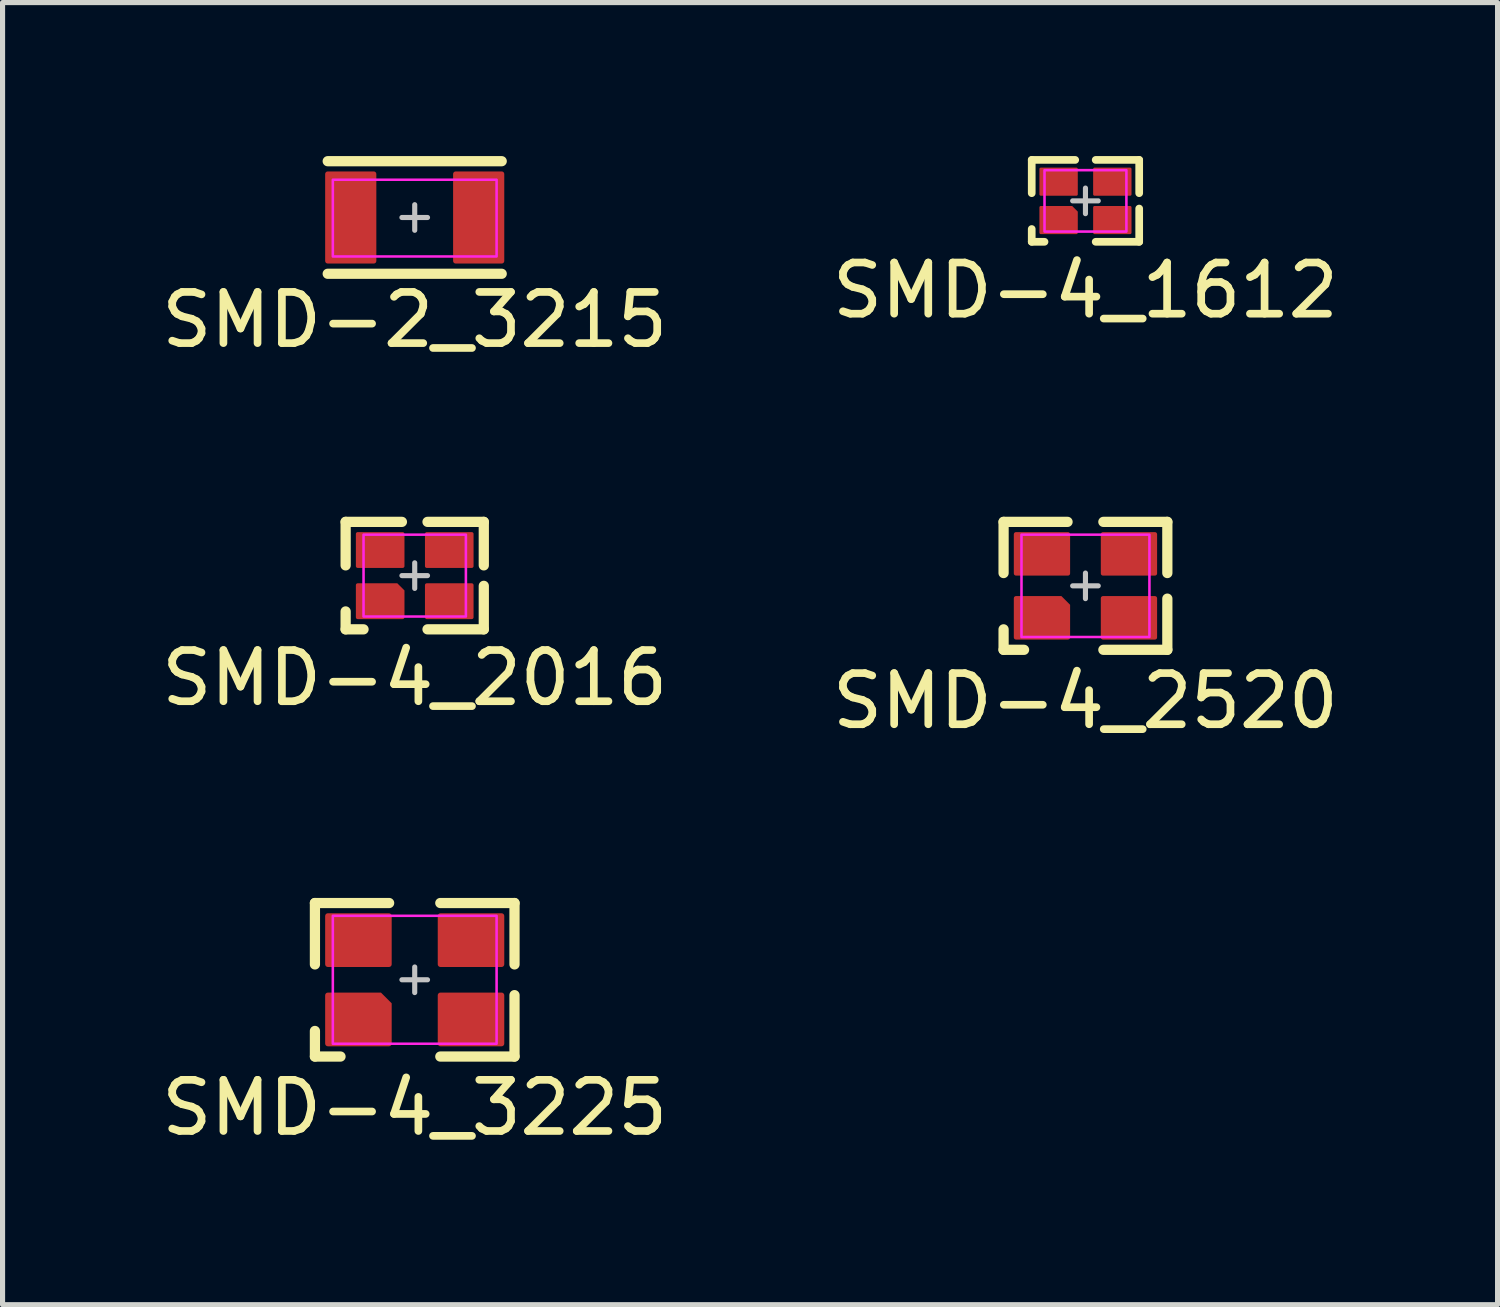
<source format=kicad_pcb>
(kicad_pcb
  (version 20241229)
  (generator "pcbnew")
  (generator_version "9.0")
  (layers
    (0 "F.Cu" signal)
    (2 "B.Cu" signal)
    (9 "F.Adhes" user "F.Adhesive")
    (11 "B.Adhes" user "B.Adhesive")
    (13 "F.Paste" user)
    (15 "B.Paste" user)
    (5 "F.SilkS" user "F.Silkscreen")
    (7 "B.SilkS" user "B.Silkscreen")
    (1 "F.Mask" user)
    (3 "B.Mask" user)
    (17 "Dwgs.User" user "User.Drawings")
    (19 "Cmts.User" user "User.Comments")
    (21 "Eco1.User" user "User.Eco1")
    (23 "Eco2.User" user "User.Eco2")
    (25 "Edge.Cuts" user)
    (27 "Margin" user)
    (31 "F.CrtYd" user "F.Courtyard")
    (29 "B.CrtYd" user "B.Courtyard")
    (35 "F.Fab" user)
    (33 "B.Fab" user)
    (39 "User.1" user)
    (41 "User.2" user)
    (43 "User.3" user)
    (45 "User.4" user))
  (footprint "SMD-4_3225"
    (layer "F.Cu")
    (at 5.054 16.096)
    (property "Reference" "SMD-4_3225" (at 0 2.5 0) (unlocked yes) (layer "F.SilkS") (effects (font (size 1 1) (thickness 0.15))))
    (attr smd)
    (fp_line (start -1.95 -1.5) (end -0.5 -1.5) (stroke (width 0.2) (type solid)) (layer "F.SilkS"))
    (fp_line (start -1.95 -0.3) (end -1.95 -1.5) (stroke (width 0.2) (type solid)) (layer "F.SilkS"))
    (fp_line (start -1.95 1) (end -1.95 1.5) (stroke (width 0.2) (type solid)) (layer "F.SilkS"))
    (fp_line (start -1.95 1.5) (end -1.45 1.5) (stroke (width 0.2) (type solid)) (layer "F.SilkS"))
    (fp_line (start 1.95 -1.5) (end 0.5 -1.5) (stroke (width 0.2) (type solid)) (layer "F.SilkS"))
    (fp_line (start 1.95 -0.3) (end 1.95 -1.5) (stroke (width 0.2) (type solid)) (layer "F.SilkS"))
    (fp_line (start 1.95 0.3) (end 1.95 1.5) (stroke (width 0.2) (type solid)) (layer "F.SilkS"))
    (fp_line (start 1.95 1.5) (end 0.5 1.5) (stroke (width 0.2) (type solid)) (layer "F.SilkS"))
    (fp_line (start -0.25 0) (end 0.25 0) (stroke (width 0.1) (type solid)) (layer "Dwgs.User"))
    (fp_line (start 0 -0.25) (end 0 0.25) (stroke (width 0.1) (type solid)) (layer "Dwgs.User"))
    (fp_rect (start -1.6 -1.25) (end 1.6 1.25) (stroke (width 0.05) (type solid)) (fill no) (layer "F.CrtYd"))
    (pad "1" smd roundrect (at -1.1 0.775) (size 1.3 1.05) (layers "F.Cu" "F.Mask" "F.Paste") (roundrect_rratio 0.05) (chamfer_ratio 0.2) (chamfer top_right))
    (pad "2" smd roundrect (at 1.1 0.775) (size 1.3 1.05) (layers "F.Cu" "F.Mask" "F.Paste") (roundrect_rratio 0.05))
    (pad "3" smd roundrect (at 1.1 -0.775) (size 1.3 1.05) (layers "F.Cu" "F.Mask" "F.Paste") (roundrect_rratio 0.05))
    (pad "4" smd roundrect (at -1.1 -0.775) (size 1.3 1.05) (layers "F.Cu" "F.Mask" "F.Paste") (roundrect_rratio 0.05)))
  (footprint "SMD-4_2016"
    (layer "F.Cu")
    (at 5.054 8.198)
    (property "Reference" "SMD-4_2016" (at 0 2 0) (unlocked yes) (layer "F.SilkS") (effects (font (size 1 1) (thickness 0.15))))
    (attr smd)
    (fp_line (start -1.35 -1.05) (end -0.25 -1.05) (stroke (width 0.2) (type solid)) (layer "F.SilkS"))
    (fp_line (start -1.35 -0.2) (end -1.35 -1.05) (stroke (width 0.2) (type solid)) (layer "F.SilkS"))
    (fp_line (start -1.35 0.7) (end -1.35 1.05) (stroke (width 0.2) (type solid)) (layer "F.SilkS"))
    (fp_line (start -1.35 1.05) (end -1 1.05) (stroke (width 0.2) (type solid)) (layer "F.SilkS"))
    (fp_line (start 1.35 -1.05) (end 0.25 -1.05) (stroke (width 0.2) (type solid)) (layer "F.SilkS"))
    (fp_line (start 1.35 -0.2) (end 1.35 -1.05) (stroke (width 0.2) (type solid)) (layer "F.SilkS"))
    (fp_line (start 1.35 0.2) (end 1.35 1.05) (stroke (width 0.2) (type solid)) (layer "F.SilkS"))
    (fp_line (start 1.35 1.05) (end 0.25 1.05) (stroke (width 0.2) (type solid)) (layer "F.SilkS"))
    (fp_line (start -0.25 0) (end 0.25 0) (stroke (width 0.1) (type solid)) (layer "Dwgs.User"))
    (fp_line (start 0 -0.25) (end 0 0.25) (stroke (width 0.1) (type solid)) (layer "Dwgs.User"))
    (fp_rect (start -1 -0.8) (end 1 0.8) (stroke (width 0.05) (type solid)) (fill no) (layer "F.CrtYd"))
    (pad "1" smd roundrect (at -0.675 0.5) (size 0.95 0.7) (layers "F.Cu" "F.Mask" "F.Paste") (roundrect_rratio 0.05) (chamfer_ratio 0.2) (chamfer top_right))
    (pad "2" smd roundrect (at 0.675 0.5) (size 0.95 0.7) (layers "F.Cu" "F.Mask" "F.Paste") (roundrect_rratio 0.05))
    (pad "3" smd roundrect (at 0.675 -0.5) (size 0.95 0.7) (layers "F.Cu" "F.Mask" "F.Paste") (roundrect_rratio 0.05))
    (pad "4" smd roundrect (at -0.675 -0.5) (size 0.95 0.7) (layers "F.Cu" "F.Mask" "F.Paste") (roundrect_rratio 0.05)))
  (footprint "SMD-4_1612"
    (layer "F.Cu")
    (at 18.161 0.875)
    (property "Reference" "SMD-4_1612" (at 0 1.75 0) (unlocked yes) (layer "F.SilkS") (effects (font (size 1 1) (thickness 0.15))))
    (attr smd)
    (fp_line (start -1.05 -0.8) (end -0.2 -0.8) (stroke (width 0.15) (type solid)) (layer "F.SilkS"))
    (fp_line (start -1.05 -0.15) (end -1.05 -0.8) (stroke (width 0.15) (type solid)) (layer "F.SilkS"))
    (fp_line (start -1.05 0.55) (end -1.05 0.8) (stroke (width 0.15) (type solid)) (layer "F.SilkS"))
    (fp_line (start -1.05 0.8) (end -0.8 0.8) (stroke (width 0.15) (type solid)) (layer "F.SilkS"))
    (fp_line (start 1.05 -0.8) (end 0.2 -0.8) (stroke (width 0.15) (type solid)) (layer "F.SilkS"))
    (fp_line (start 1.05 -0.15) (end 1.05 -0.8) (stroke (width 0.15) (type solid)) (layer "F.SilkS"))
    (fp_line (start 1.05 0.15) (end 1.05 0.8) (stroke (width 0.15) (type solid)) (layer "F.SilkS"))
    (fp_line (start 1.05 0.8) (end 0.2 0.8) (stroke (width 0.15) (type solid)) (layer "F.SilkS"))
    (fp_line (start -0.25 0) (end 0.25 0) (stroke (width 0.1) (type solid)) (layer "Dwgs.User"))
    (fp_line (start 0 -0.25) (end 0 0.25) (stroke (width 0.1) (type solid)) (layer "Dwgs.User"))
    (fp_rect (start -0.8 -0.6) (end 0.8 0.6) (stroke (width 0.05) (type solid)) (fill no) (layer "F.CrtYd"))
    (pad "1" smd roundrect (at -0.525 0.375) (size 0.75 0.55) (layers "F.Cu" "F.Mask" "F.Paste") (roundrect_rratio 0.05) (chamfer_ratio 0.2) (chamfer top_right))
    (pad "2" smd roundrect (at 0.525 0.375) (size 0.75 0.55) (layers "F.Cu" "F.Mask" "F.Paste") (roundrect_rratio 0.05))
    (pad "3" smd roundrect (at 0.525 -0.375) (size 0.75 0.55) (layers "F.Cu" "F.Mask" "F.Paste") (roundrect_rratio 0.05))
    (pad "4" smd roundrect (at -0.525 -0.375) (size 0.75 0.55) (layers "F.Cu" "F.Mask" "F.Paste") (roundrect_rratio 0.05)))
  (footprint "SMD-4_2520"
    (layer "F.Cu")
    (at 18.161 8.398)
    (property "Reference" "SMD-4_2520" (at 0 2.25 0) (unlocked yes) (layer "F.SilkS") (effects (font (size 1 1) (thickness 0.15))))
    (attr smd)
    (fp_line (start -1.6 -1.25) (end -0.35 -1.25) (stroke (width 0.2) (type solid)) (layer "F.SilkS"))
    (fp_line (start -1.6 -0.25) (end -1.6 -1.25) (stroke (width 0.2) (type solid)) (layer "F.SilkS"))
    (fp_line (start -1.6 0.85) (end -1.6 1.25) (stroke (width 0.2) (type solid)) (layer "F.SilkS"))
    (fp_line (start -1.6 1.25) (end -1.2 1.25) (stroke (width 0.2) (type solid)) (layer "F.SilkS"))
    (fp_line (start 1.6 -1.25) (end 0.35 -1.25) (stroke (width 0.2) (type solid)) (layer "F.SilkS"))
    (fp_line (start 1.6 -0.25) (end 1.6 -1.25) (stroke (width 0.2) (type solid)) (layer "F.SilkS"))
    (fp_line (start 1.6 0.25) (end 1.6 1.25) (stroke (width 0.2) (type solid)) (layer "F.SilkS"))
    (fp_line (start 1.6 1.25) (end 0.35 1.25) (stroke (width 0.2) (type solid)) (layer "F.SilkS"))
    (fp_line (start -0.25 0) (end 0.25 0) (stroke (width 0.1) (type solid)) (layer "Dwgs.User"))
    (fp_line (start 0 -0.25) (end 0 0.25) (stroke (width 0.1) (type solid)) (layer "Dwgs.User"))
    (fp_rect (start -1.25 -1) (end 1.25 1) (stroke (width 0.05) (type solid)) (fill no) (layer "F.CrtYd"))
    (pad "1" smd roundrect (at -0.85 0.625) (size 1.1 0.85) (layers "F.Cu" "F.Mask" "F.Paste") (roundrect_rratio 0.05) (chamfer_ratio 0.2) (chamfer top_right))
    (pad "2" smd roundrect (at 0.85 0.625) (size 1.1 0.85) (layers "F.Cu" "F.Mask" "F.Paste") (roundrect_rratio 0.05))
    (pad "3" smd roundrect (at 0.85 -0.625) (size 1.1 0.85) (layers "F.Cu" "F.Mask" "F.Paste") (roundrect_rratio 0.05))
    (pad "4" smd roundrect (at -0.85 -0.625) (size 1.1 0.85) (layers "F.Cu" "F.Mask" "F.Paste") (roundrect_rratio 0.05)))
  (footprint "SMD-2_3215"
    (layer "F.Cu")
    (at 5.054 1.2)
    (property "Reference" "SMD-2_3215" (at 0 2 0) (unlocked yes) (layer "F.SilkS") (effects (font (size 1 1) (thickness 0.15))))
    (attr smd)
    (fp_line (start -1.7 -1.1) (end 1.7 -1.1) (stroke (width 0.2) (type solid)) (layer "F.SilkS"))
    (fp_line (start -1.7 1.1) (end 1.7 1.1) (stroke (width 0.2) (type solid)) (layer "F.SilkS"))
    (fp_line (start -0.25 0) (end 0.25 0) (stroke (width 0.1) (type solid)) (layer "Dwgs.User"))
    (fp_line (start 0 -0.25) (end 0 0.25) (stroke (width 0.1) (type solid)) (layer "Dwgs.User"))
    (fp_rect (start -1.6 0.762) (end 1.6 -0.738) (stroke (width 0.05) (type solid)) (fill no) (layer "F.CrtYd"))
    (pad "1" smd roundrect (at -1.25 0 90) (size 1.8 1) (layers "F.Cu" "F.Mask" "F.Paste") (roundrect_rratio 0.05))
    (pad "2" smd roundrect (at 1.25 0 90) (size 1.8 1) (layers "F.Cu" "F.Mask" "F.Paste") (roundrect_rratio 0.05)))
  (gr_rect
    (start -3 -3)
    (end 26.214 22.445)
    (stroke (width 0.1) (type default))
    (fill no)
    (layer "Edge.Cuts")))
</source>
